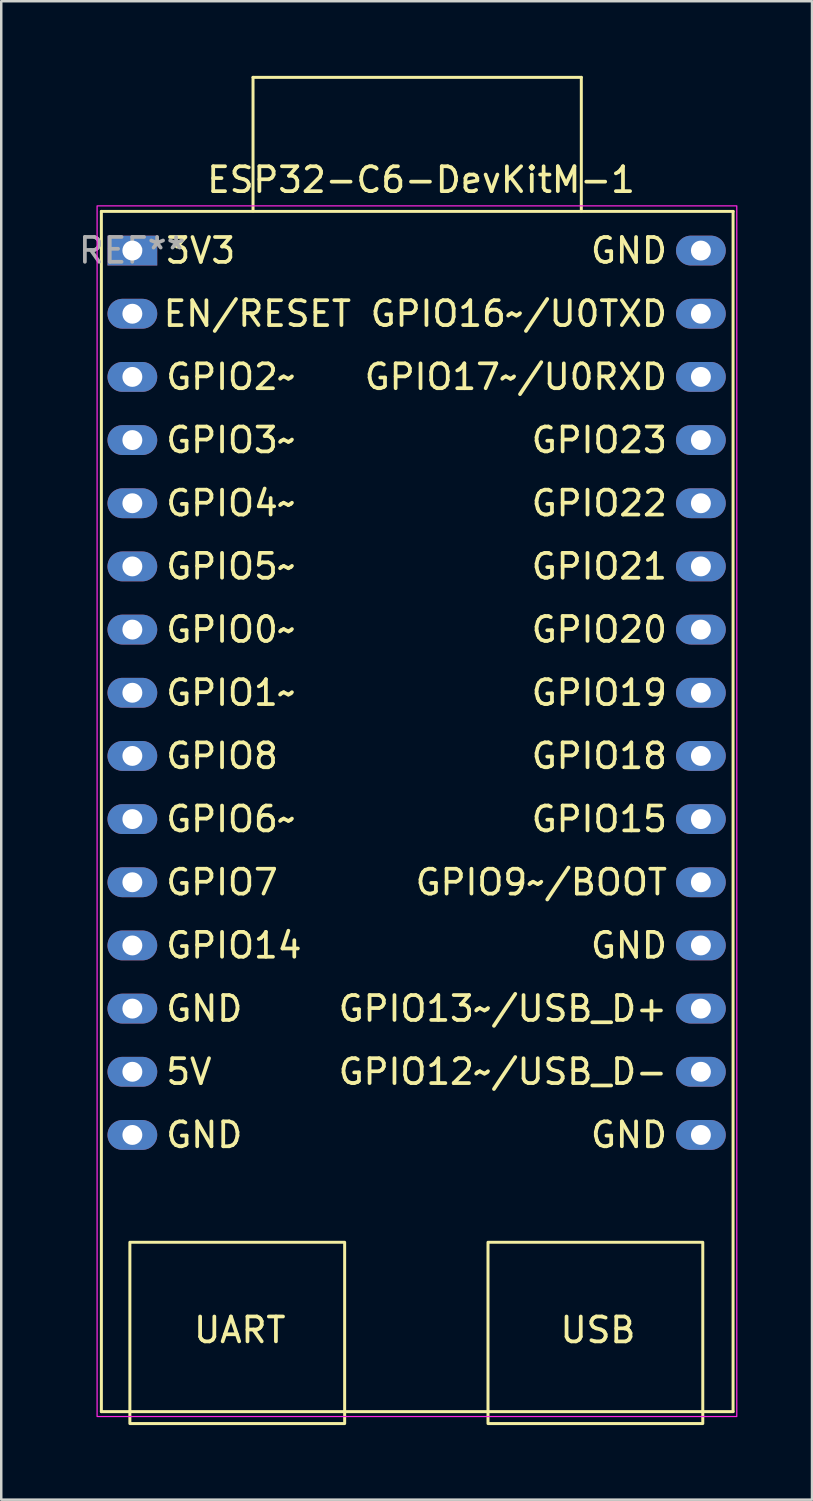
<source format=kicad_pcb>
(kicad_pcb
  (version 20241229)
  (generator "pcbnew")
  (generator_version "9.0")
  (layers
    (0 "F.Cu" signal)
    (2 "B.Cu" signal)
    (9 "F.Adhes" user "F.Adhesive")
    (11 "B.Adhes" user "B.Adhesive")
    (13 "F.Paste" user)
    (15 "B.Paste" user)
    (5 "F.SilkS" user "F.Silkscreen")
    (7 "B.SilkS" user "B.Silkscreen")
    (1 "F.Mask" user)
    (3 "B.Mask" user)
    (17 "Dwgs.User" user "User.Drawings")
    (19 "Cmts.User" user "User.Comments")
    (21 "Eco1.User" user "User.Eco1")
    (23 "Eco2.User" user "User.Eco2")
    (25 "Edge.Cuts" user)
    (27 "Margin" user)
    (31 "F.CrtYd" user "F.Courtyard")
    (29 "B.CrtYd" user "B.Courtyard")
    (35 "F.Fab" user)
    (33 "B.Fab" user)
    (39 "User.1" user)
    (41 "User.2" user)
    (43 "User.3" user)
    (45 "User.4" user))
  (footprint "ESP32-C6-DevKitM-1"
    (layer "F.Cu")
    (at 2.272 7.025)
    (property "Reference" "ESP32-C6-DevKitM-1" (at 11.608 -2.845 0) (layer "F.SilkS") (effects (font (size 1 1) (thickness 0.15))))
    (attr through_hole)
    (fp_line (start -1.246 -1.575) (end -1.246 46.685) (stroke (width 0.12) (type solid)) (layer "F.SilkS"))
    (fp_line (start -1.246 46.685) (end 24.154 46.685) (stroke (width 0.12) (type solid)) (layer "F.SilkS"))
    (fp_line (start 4.852 -6.965) (end 18.052 -6.965) (stroke (width 0.12) (type solid)) (layer "F.SilkS"))
    (fp_line (start 4.852 -1.595) (end 4.852 -6.965) (stroke (width 0.12) (type solid)) (layer "F.SilkS"))
    (fp_line (start 18.052 -6.965) (end 18.052 -1.595) (stroke (width 0.12) (type solid)) (layer "F.SilkS"))
    (fp_line (start 24.154 -1.575) (end -1.246 -1.575) (stroke (width 0.12) (type solid)) (layer "F.SilkS"))
    (fp_line (start 24.154 46.685) (end 24.154 -1.575) (stroke (width 0.12) (type solid)) (layer "F.SilkS"))
    (fp_rect (start -0.1 39.875) (end 8.536 47.165) (stroke (width 0.12) (type solid)) (fill no) (layer "F.SilkS"))
    (fp_rect (start 14.3 39.875) (end 22.936 47.165) (stroke (width 0.12) (type solid)) (fill no) (layer "F.SilkS"))
    (fp_rect (start -1.418 -1.797) (end 24.303 46.882) (stroke (width 0.05) (type default)) (fill no) (layer "F.CrtYd"))
    (fp_text user "GPIO8" (at 1.27 20.32 0) (unlocked yes) (layer "F.SilkS") (effects (font (size 1 1) (thickness 0.15)) (justify left)))
    (fp_text user "GND" (at 1.27 30.48 0) (unlocked yes) (layer "F.SilkS") (effects (font (size 1 1) (thickness 0.15)) (justify left)))
    (fp_text user "GND" (at 1.27 35.56 0) (unlocked yes) (layer "F.SilkS") (effects (font (size 1 1) (thickness 0.15)) (justify left)))
    (fp_text user "GPIO6~" (at 1.27 22.86 0) (unlocked yes) (layer "F.SilkS") (effects (font (size 1 1) (thickness 0.15)) (justify left)))
    (fp_text user "GPIO21" (at 21.59 12.7 0) (unlocked yes) (layer "F.SilkS") (effects (font (size 1 1) (thickness 0.15)) (justify right)))
    (fp_text user "GPIO23" (at 21.59 7.62 0) (unlocked yes) (layer "F.SilkS") (effects (font (size 1 1) (thickness 0.15)) (justify right)))
    (fp_text user "GPIO20" (at 21.59 15.24 0) (unlocked yes) (layer "F.SilkS") (effects (font (size 1 1) (thickness 0.15)) (justify right)))
    (fp_text user "GPIO22" (at 21.59 10.16 0) (unlocked yes) (layer "F.SilkS") (effects (font (size 1 1) (thickness 0.15)) (justify right)))
    (fp_text user "GPIO13~/USB_D+" (at 21.59 30.48 0) (unlocked yes) (layer "F.SilkS") (effects (font (size 1 1) (thickness 0.15)) (justify right)))
    (fp_text user "3V3" (at 1.27 0 0) (unlocked yes) (layer "F.SilkS") (effects (font (size 1 1) (thickness 0.15)) (justify left)))
    (fp_text user "GPIO5~" (at 1.27 12.7 0) (unlocked yes) (layer "F.SilkS") (effects (font (size 1 1) (thickness 0.15)) (justify left)))
    (fp_text user "GPIO17~/U0RXD" (at 21.59 5.08 0) (unlocked yes) (layer "F.SilkS") (effects (font (size 1 1) (thickness 0.15)) (justify right)))
    (fp_text user "GPIO2~" (at 1.27 5.08 0) (unlocked yes) (layer "F.SilkS") (effects (font (size 1 1) (thickness 0.15)) (justify left)))
    (fp_text user "UART" (at 4.32 43.99 0) (unlocked yes) (layer "F.SilkS") (effects (font (size 1 1) (thickness 0.15)) (justify bottom)))
    (fp_text user "GPIO16~/U0TXD" (at 21.59 2.54 0) (unlocked yes) (layer "F.SilkS") (effects (font (size 1 1) (thickness 0.15)) (justify right)))
    (fp_text user "GPIO12~/USB_D-" (at 21.59 33.02 0) (unlocked yes) (layer "F.SilkS") (effects (font (size 1 1) (thickness 0.15)) (justify right)))
    (fp_text user "GND" (at 21.59 27.94 0) (unlocked yes) (layer "F.SilkS") (effects (font (size 1 1) (thickness 0.15)) (justify right)))
    (fp_text user "GPIO0~" (at 1.27 15.24 0) (unlocked yes) (layer "F.SilkS") (effects (font (size 1 1) (thickness 0.15)) (justify left)))
    (fp_text user "GND" (at 21.59 35.56 0) (unlocked yes) (layer "F.SilkS") (effects (font (size 1 1) (thickness 0.15)) (justify right)))
    (fp_text user "GPIO14" (at 1.27 27.94 0) (unlocked yes) (layer "F.SilkS") (effects (font (size 1 1) (thickness 0.15)) (justify left)))
    (fp_text user "GPIO9~/BOOT" (at 21.59 25.4 0) (unlocked yes) (layer "F.SilkS") (effects (font (size 1 1) (thickness 0.15)) (justify right)))
    (fp_text user "5V" (at 1.27 33.02 0) (unlocked yes) (layer "F.SilkS") (effects (font (size 1 1) (thickness 0.15)) (justify left)))
    (fp_text user "GPIO19" (at 21.59 17.78 0) (unlocked yes) (layer "F.SilkS") (effects (font (size 1 1) (thickness 0.15)) (justify right)))
    (fp_text user "GPIO7" (at 1.27 25.4 0) (unlocked yes) (layer "F.SilkS") (effects (font (size 1 1) (thickness 0.15)) (justify left)))
    (fp_text user "GPIO4~" (at 1.27 10.16 0) (unlocked yes) (layer "F.SilkS") (effects (font (size 1 1) (thickness 0.15)) (justify left)))
    (fp_text user "EN/RESET" (at 8.886 2.54 0) (unlocked yes) (layer "F.SilkS") (effects (font (size 1 1) (thickness 0.15)) (justify right)))
    (fp_text user "GPIO1~" (at 1.27 17.78 0) (unlocked yes) (layer "F.SilkS") (effects (font (size 1 1) (thickness 0.15)) (justify left)))
    (fp_text user "USB" (at 18.72 43.99 0) (unlocked yes) (layer "F.SilkS") (effects (font (size 1 1) (thickness 0.15)) (justify bottom)))
    (fp_text user "GPIO3~" (at 1.27 7.62 0) (unlocked yes) (layer "F.SilkS") (effects (font (size 1 1) (thickness 0.15)) (justify left)))
    (fp_text user "GPIO15" (at 21.59 22.86 0) (unlocked yes) (layer "F.SilkS") (effects (font (size 1 1) (thickness 0.15)) (justify right)))
    (fp_text user "GPIO18" (at 21.59 20.32 0) (unlocked yes) (layer "F.SilkS") (effects (font (size 1 1) (thickness 0.15)) (justify right)))
    (fp_text user "GND" (at 21.59 0 0) (unlocked yes) (layer "F.SilkS") (effects (font (size 1 1) (thickness 0.15)) (justify right)))
    (fp_text user "REF**" (at -0.004 -0.003 0) (layer "F.Fab") (effects (font (size 1 1) (thickness 0.15))))
    (pad "1" thru_hole rect (at 0 0 270) (size 1.2 2) (drill 0.8) (layers "*.Cu" "*.Mask"))
    (pad "2" thru_hole oval (at 0 2.54 270) (size 1.2 2) (drill 0.8) (layers "*.Cu" "*.Mask"))
    (pad "3" thru_hole oval (at 0 5.08 270) (size 1.2 2) (drill 0.8) (layers "*.Cu" "*.Mask"))
    (pad "4" thru_hole oval (at 0 7.62 270) (size 1.2 2) (drill 0.8) (layers "*.Cu" "*.Mask"))
    (pad "5" thru_hole oval (at 0 10.16 270) (size 1.2 2) (drill 0.8) (layers "*.Cu" "*.Mask"))
    (pad "6" thru_hole oval (at 0 12.7 270) (size 1.2 2) (drill 0.8) (layers "*.Cu" "*.Mask"))
    (pad "7" thru_hole oval (at 0 15.24 270) (size 1.2 2) (drill 0.8) (layers "*.Cu" "*.Mask"))
    (pad "8" thru_hole oval (at 0 17.78 270) (size 1.2 2) (drill 0.8) (layers "*.Cu" "*.Mask"))
    (pad "9" thru_hole oval (at 0 20.32 270) (size 1.2 2) (drill 0.8) (layers "*.Cu" "*.Mask"))
    (pad "10" thru_hole oval (at 0 22.86 270) (size 1.2 2) (drill 0.8) (layers "*.Cu" "*.Mask"))
    (pad "11" thru_hole oval (at 0 25.4 270) (size 1.2 2) (drill 0.8) (layers "*.Cu" "*.Mask"))
    (pad "12" thru_hole oval (at 0 27.94 270) (size 1.2 2) (drill 0.8) (layers "*.Cu" "*.Mask"))
    (pad "13" thru_hole oval (at 0 30.48 270) (size 1.2 2) (drill 0.8) (layers "*.Cu" "*.Mask"))
    (pad "14" thru_hole oval (at 0 33.02 270) (size 1.2 2) (drill 0.8) (layers "*.Cu" "*.Mask"))
    (pad "15" thru_hole oval (at 0 35.56 270) (size 1.2 2) (drill 0.8) (layers "*.Cu" "*.Mask"))
    (pad "16" thru_hole oval (at 22.86 35.56 270) (size 1.2 2) (drill 0.8) (layers "*.Cu" "*.Mask"))
    (pad "17" thru_hole oval (at 22.86 33.02 270) (size 1.2 2) (drill 0.8) (layers "*.Cu" "*.Mask"))
    (pad "18" thru_hole oval (at 22.86 30.48 270) (size 1.2 2) (drill 0.8) (layers "*.Cu" "*.Mask"))
    (pad "19" thru_hole oval (at 22.86 27.94 270) (size 1.2 2) (drill 0.8) (layers "*.Cu" "*.Mask"))
    (pad "20" thru_hole oval (at 22.86 25.4 270) (size 1.2 2) (drill 0.8) (layers "*.Cu" "*.Mask"))
    (pad "21" thru_hole oval (at 22.86 22.86 270) (size 1.2 2) (drill 0.8) (layers "*.Cu" "*.Mask"))
    (pad "22" thru_hole oval (at 22.86 20.32 270) (size 1.2 2) (drill 0.8) (layers "*.Cu" "*.Mask"))
    (pad "23" thru_hole oval (at 22.86 17.78 270) (size 1.2 2) (drill 0.8) (layers "*.Cu" "*.Mask"))
    (pad "24" thru_hole oval (at 22.86 15.24 270) (size 1.2 2) (drill 0.8) (layers "*.Cu" "*.Mask"))
    (pad "25" thru_hole oval (at 22.86 12.7 270) (size 1.2 2) (drill 0.8) (layers "*.Cu" "*.Mask"))
    (pad "26" thru_hole oval (at 22.86 10.16 270) (size 1.2 2) (drill 0.8) (layers "*.Cu" "*.Mask"))
    (pad "27" thru_hole oval (at 22.86 7.62 270) (size 1.2 2) (drill 0.8) (layers "*.Cu" "*.Mask"))
    (pad "28" thru_hole oval (at 22.86 5.08 270) (size 1.2 2) (drill 0.8) (layers "*.Cu" "*.Mask"))
    (pad "29" thru_hole oval (at 22.86 2.54 270) (size 1.2 2) (drill 0.8) (layers "*.Cu" "*.Mask"))
    (pad "30" thru_hole oval (at 22.86 0 270) (size 1.2 2) (drill 0.8) (layers "*.Cu" "*.Mask")))
  (gr_rect
    (start -3 -3)
    (end 29.6 57.25)
    (stroke (width 0.1) (type default))
    (fill no)
    (layer "Edge.Cuts")))
</source>
